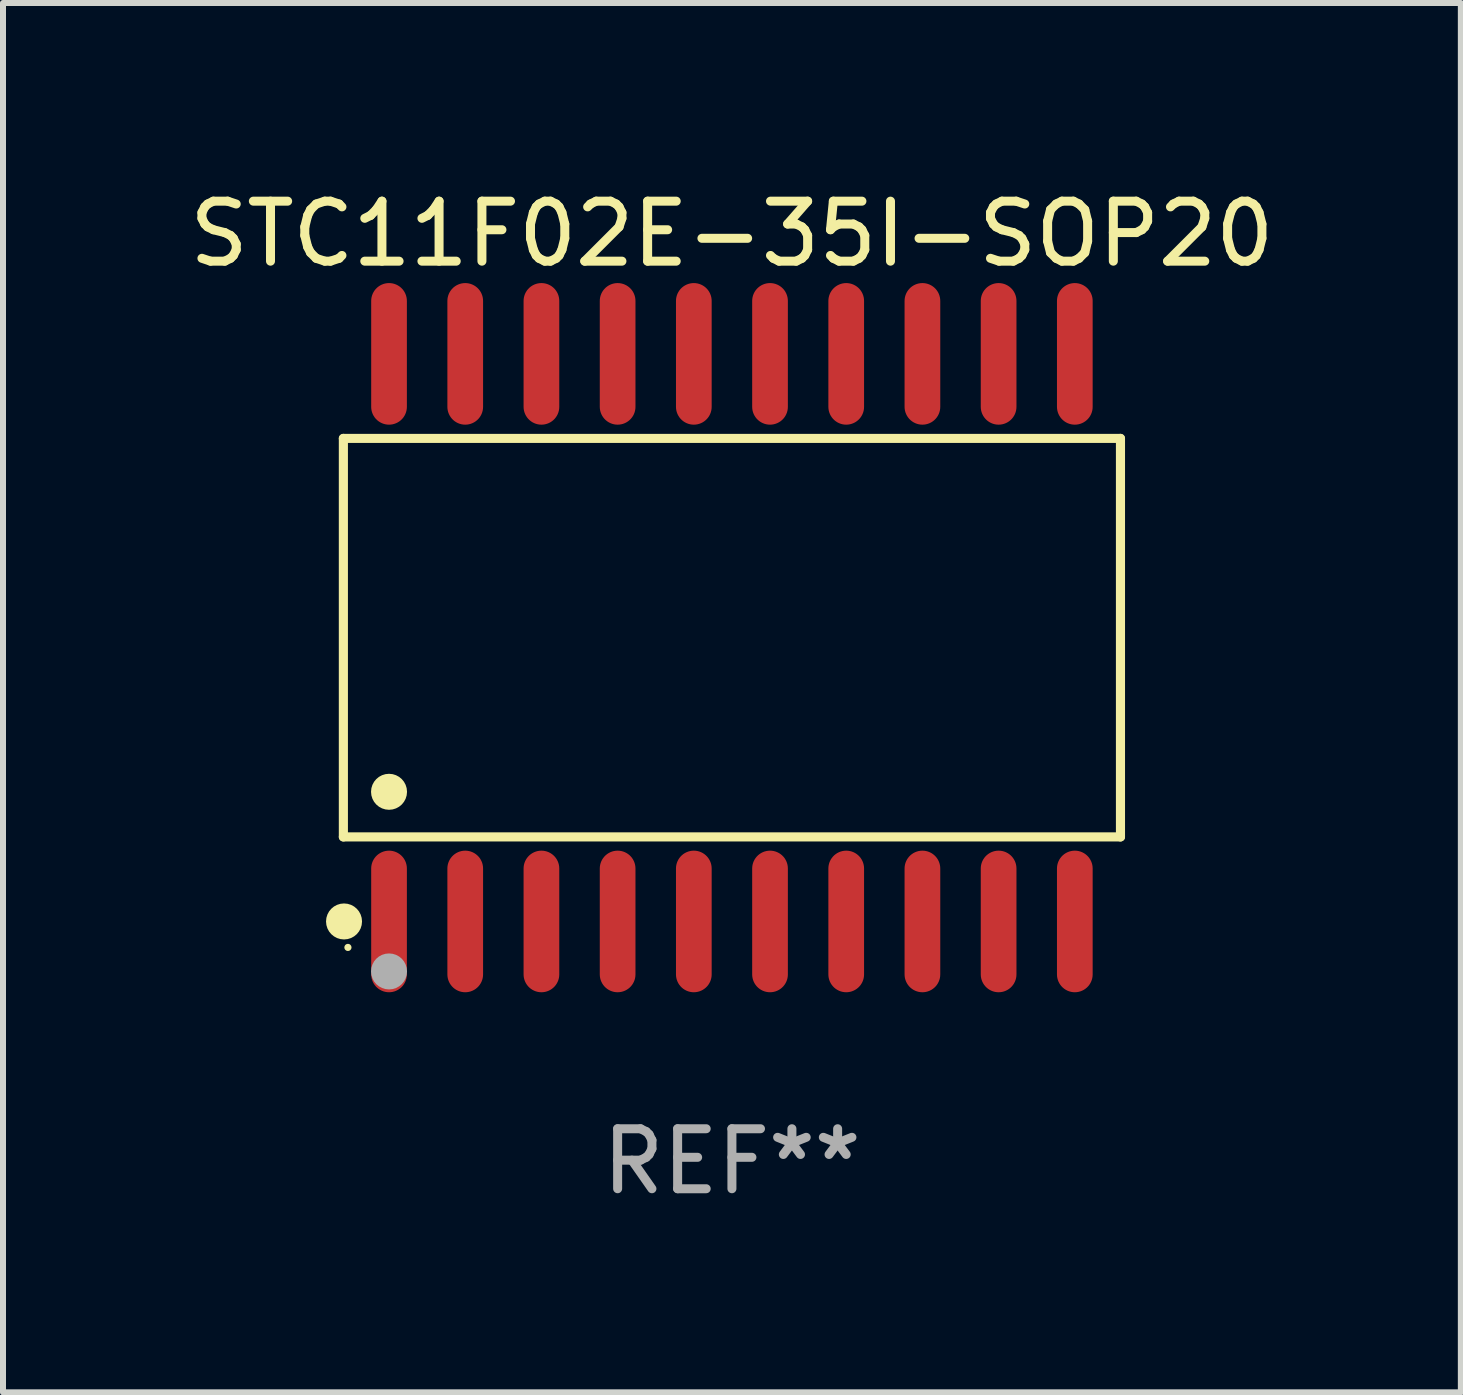
<source format=kicad_pcb>
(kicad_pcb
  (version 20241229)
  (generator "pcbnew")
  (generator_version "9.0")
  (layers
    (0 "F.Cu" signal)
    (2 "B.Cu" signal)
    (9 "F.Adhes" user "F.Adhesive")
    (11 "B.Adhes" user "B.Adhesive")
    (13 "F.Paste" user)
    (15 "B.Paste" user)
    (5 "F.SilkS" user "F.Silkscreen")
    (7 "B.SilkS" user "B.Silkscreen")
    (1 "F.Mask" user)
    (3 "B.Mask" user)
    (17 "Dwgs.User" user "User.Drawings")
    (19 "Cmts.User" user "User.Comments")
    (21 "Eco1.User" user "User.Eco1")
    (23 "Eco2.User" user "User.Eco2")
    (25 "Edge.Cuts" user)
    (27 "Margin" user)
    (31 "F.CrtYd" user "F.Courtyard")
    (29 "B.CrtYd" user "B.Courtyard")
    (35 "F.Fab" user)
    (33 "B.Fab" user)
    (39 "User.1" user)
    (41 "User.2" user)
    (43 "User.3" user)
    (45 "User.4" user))
  (footprint "STC11F02E-35I-SOP20"
    (layer "F.Cu")
    (at 9.149 7.578)
    (property "Reference" "STC11F02E-35I-SOP20" (at 0 -6.73 0) (layer "F.SilkS") (effects (font (size 1 1) (thickness 0.15))))
    (attr through_hole)
    (fp_line (start -6.476 -3.321) (end 6.476 -3.321) (stroke (width 0.152) (type solid)) (layer "F.SilkS"))
    (fp_line (start -6.476 3.321) (end -6.476 -3.321) (stroke (width 0.152) (type solid)) (layer "F.SilkS"))
    (fp_line (start 6.476 -3.321) (end 6.476 3.321) (stroke (width 0.152) (type solid)) (layer "F.SilkS"))
    (fp_line (start 6.476 3.321) (end -6.476 3.321) (stroke (width 0.152) (type solid)) (layer "F.SilkS"))
    (fp_circle (center -6.465 4.73) (end -6.315 4.73) (stroke (width 0.3) (type solid)) (fill no) (layer "F.SilkS"))
    (fp_circle (center -6.4 5.163) (end -6.37 5.163) (stroke (width 0.06) (type solid)) (fill no) (layer "F.SilkS"))
    (fp_circle (center -5.715 2.569) (end -5.565 2.569) (stroke (width 0.3) (type solid)) (fill no) (layer "F.SilkS"))
    (fp_circle (center -5.715 5.563) (end -5.565 5.563) (stroke (width 0.3) (type solid)) (fill no) (layer "F.Fab"))
    (fp_text user "REF**" (at 0 8.73 0) (layer "F.Fab") (effects (font (size 1 1) (thickness 0.15))))
    (pad "1" smd oval (at -5.715 4.73) (size 0.595 2.36) (layers "F.Cu" "F.Mask" "F.Paste"))
    (pad "2" smd oval (at -4.445 4.73) (size 0.595 2.36) (layers "F.Cu" "F.Mask" "F.Paste"))
    (pad "3" smd oval (at -3.175 4.73) (size 0.595 2.36) (layers "F.Cu" "F.Mask" "F.Paste"))
    (pad "4" smd oval (at -1.905 4.73) (size 0.595 2.36) (layers "F.Cu" "F.Mask" "F.Paste"))
    (pad "5" smd oval (at -0.635 4.73) (size 0.595 2.36) (layers "F.Cu" "F.Mask" "F.Paste"))
    (pad "6" smd oval (at 0.635 4.73) (size 0.595 2.36) (layers "F.Cu" "F.Mask" "F.Paste"))
    (pad "7" smd oval (at 1.905 4.73) (size 0.595 2.36) (layers "F.Cu" "F.Mask" "F.Paste"))
    (pad "8" smd oval (at 3.175 4.73) (size 0.595 2.36) (layers "F.Cu" "F.Mask" "F.Paste"))
    (pad "9" smd oval (at 4.445 4.73) (size 0.595 2.36) (layers "F.Cu" "F.Mask" "F.Paste"))
    (pad "10" smd oval (at 5.715 4.73) (size 0.595 2.36) (layers "F.Cu" "F.Mask" "F.Paste"))
    (pad "11" smd oval (at 5.715 -4.73) (size 0.595 2.36) (layers "F.Cu" "F.Mask" "F.Paste"))
    (pad "12" smd oval (at 4.445 -4.73) (size 0.595 2.36) (layers "F.Cu" "F.Mask" "F.Paste"))
    (pad "13" smd oval (at 3.175 -4.73) (size 0.595 2.36) (layers "F.Cu" "F.Mask" "F.Paste"))
    (pad "14" smd oval (at 1.905 -4.73) (size 0.595 2.36) (layers "F.Cu" "F.Mask" "F.Paste"))
    (pad "15" smd oval (at 0.635 -4.73) (size 0.595 2.36) (layers "F.Cu" "F.Mask" "F.Paste"))
    (pad "16" smd oval (at -0.635 -4.73) (size 0.595 2.36) (layers "F.Cu" "F.Mask" "F.Paste"))
    (pad "17" smd oval (at -1.905 -4.73) (size 0.595 2.36) (layers "F.Cu" "F.Mask" "F.Paste"))
    (pad "18" smd oval (at -3.175 -4.73) (size 0.595 2.36) (layers "F.Cu" "F.Mask" "F.Paste"))
    (pad "19" smd oval (at -4.445 -4.73) (size 0.595 2.36) (layers "F.Cu" "F.Mask" "F.Paste"))
    (pad "20" smd oval (at -5.715 -4.73) (size 0.595 2.36) (layers "F.Cu" "F.Mask" "F.Paste")))
  (gr_rect
    (start -3 -3)
    (end 21.298 20.156)
    (stroke (width 0.1) (type default))
    (fill no)
    (layer "Edge.Cuts")))
</source>
